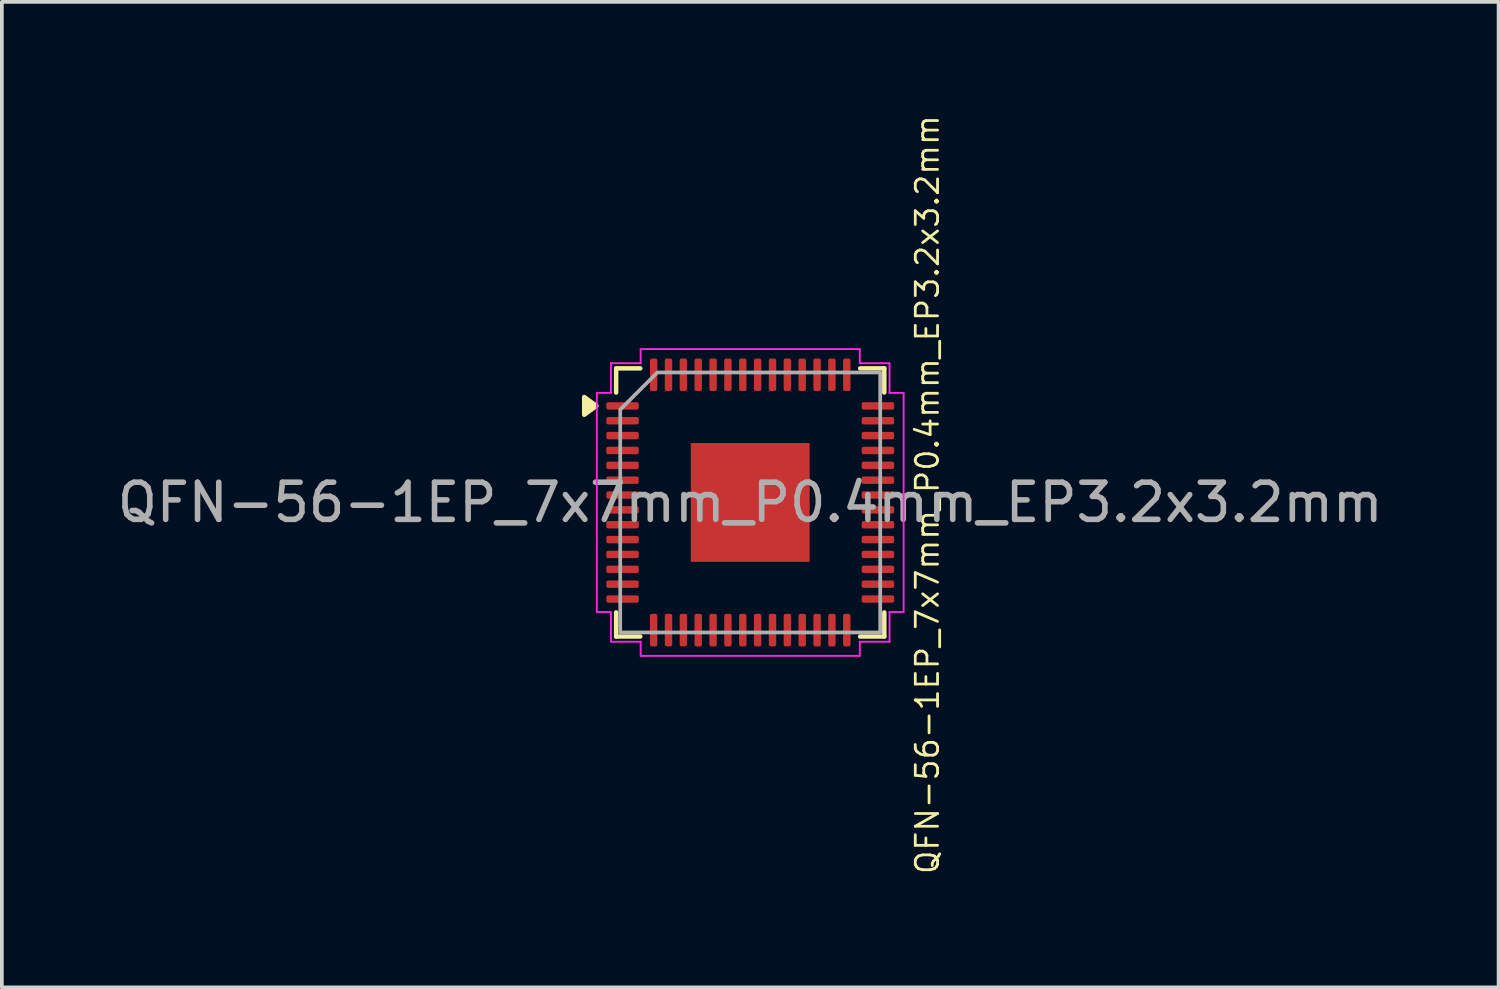
<source format=kicad_pcb>
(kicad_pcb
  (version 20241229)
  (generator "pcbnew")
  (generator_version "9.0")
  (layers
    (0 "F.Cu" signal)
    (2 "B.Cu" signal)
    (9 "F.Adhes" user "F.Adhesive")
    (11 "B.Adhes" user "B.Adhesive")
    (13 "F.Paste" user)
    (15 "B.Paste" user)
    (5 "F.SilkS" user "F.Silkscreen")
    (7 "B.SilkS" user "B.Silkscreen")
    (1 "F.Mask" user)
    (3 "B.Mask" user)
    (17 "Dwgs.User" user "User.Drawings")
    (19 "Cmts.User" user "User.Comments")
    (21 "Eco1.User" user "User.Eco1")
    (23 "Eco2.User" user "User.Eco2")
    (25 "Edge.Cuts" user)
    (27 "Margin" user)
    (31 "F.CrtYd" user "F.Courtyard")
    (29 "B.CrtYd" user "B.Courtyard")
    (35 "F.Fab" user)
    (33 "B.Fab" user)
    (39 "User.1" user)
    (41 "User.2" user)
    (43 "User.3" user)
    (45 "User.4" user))
  (footprint "QFN-56-1EP_7x7mm_P0.4mm_EP3.2x3.2mm"
    (layer "F.Cu")
    (at 17.149 10.478)
    (property "Reference" "QFN-56-1EP_7x7mm_P0.4mm_EP3.2x3.2mm" (at 4.77 -0.211 90) (layer "F.SilkS") (effects (font (size 0.6 0.6) (thickness 0.075))))
    (attr smd)
    (fp_line (start -3.61 -3.61) (end -2.96 -3.61) (stroke (width 0.12) (type solid)) (layer "F.SilkS"))
    (fp_line (start -3.61 -2.96) (end -3.61 -3.61) (stroke (width 0.12) (type solid)) (layer "F.SilkS"))
    (fp_line (start -3.61 3.61) (end -3.61 2.96) (stroke (width 0.12) (type solid)) (layer "F.SilkS"))
    (fp_line (start -2.96 3.61) (end -3.61 3.61) (stroke (width 0.12) (type solid)) (layer "F.SilkS"))
    (fp_line (start 2.96 -3.61) (end 3.61 -3.61) (stroke (width 0.12) (type solid)) (layer "F.SilkS"))
    (fp_line (start 3.61 -3.61) (end 3.61 -2.96) (stroke (width 0.12) (type solid)) (layer "F.SilkS"))
    (fp_line (start 3.61 2.96) (end 3.61 3.61) (stroke (width 0.12) (type solid)) (layer "F.SilkS"))
    (fp_line (start 3.61 3.61) (end 2.96 3.61) (stroke (width 0.12) (type solid)) (layer "F.SilkS"))
    (fp_poly (pts (xy -4.14 -2.6) (xy -4.47 -2.36) (xy -4.47 -2.84)) (stroke (width 0.12) (type solid)) (fill yes) (layer "F.SilkS"))
    (fp_line (start -4.13 -2.95) (end -3.75 -2.95) (stroke (width 0.05) (type solid)) (layer "F.CrtYd"))
    (fp_line (start -4.13 2.95) (end -4.13 -2.95) (stroke (width 0.05) (type solid)) (layer "F.CrtYd"))
    (fp_line (start -3.75 -3.75) (end -2.95 -3.75) (stroke (width 0.05) (type solid)) (layer "F.CrtYd"))
    (fp_line (start -3.75 -2.95) (end -3.75 -3.75) (stroke (width 0.05) (type solid)) (layer "F.CrtYd"))
    (fp_line (start -3.75 2.95) (end -4.13 2.95) (stroke (width 0.05) (type solid)) (layer "F.CrtYd"))
    (fp_line (start -3.75 3.75) (end -3.75 2.95) (stroke (width 0.05) (type solid)) (layer "F.CrtYd"))
    (fp_line (start -2.95 -4.13) (end 2.95 -4.13) (stroke (width 0.05) (type solid)) (layer "F.CrtYd"))
    (fp_line (start -2.95 -3.75) (end -2.95 -4.13) (stroke (width 0.05) (type solid)) (layer "F.CrtYd"))
    (fp_line (start -2.95 3.75) (end -3.75 3.75) (stroke (width 0.05) (type solid)) (layer "F.CrtYd"))
    (fp_line (start -2.95 4.13) (end -2.95 3.75) (stroke (width 0.05) (type solid)) (layer "F.CrtYd"))
    (fp_line (start 2.95 -4.13) (end 2.95 -3.75) (stroke (width 0.05) (type solid)) (layer "F.CrtYd"))
    (fp_line (start 2.95 -3.75) (end 3.75 -3.75) (stroke (width 0.05) (type solid)) (layer "F.CrtYd"))
    (fp_line (start 2.95 3.75) (end 2.95 4.13) (stroke (width 0.05) (type solid)) (layer "F.CrtYd"))
    (fp_line (start 2.95 4.13) (end -2.95 4.13) (stroke (width 0.05) (type solid)) (layer "F.CrtYd"))
    (fp_line (start 3.75 -3.75) (end 3.75 -2.95) (stroke (width 0.05) (type solid)) (layer "F.CrtYd"))
    (fp_line (start 3.75 -2.95) (end 4.13 -2.95) (stroke (width 0.05) (type solid)) (layer "F.CrtYd"))
    (fp_line (start 3.75 2.95) (end 3.75 3.75) (stroke (width 0.05) (type solid)) (layer "F.CrtYd"))
    (fp_line (start 3.75 3.75) (end 2.95 3.75) (stroke (width 0.05) (type solid)) (layer "F.CrtYd"))
    (fp_line (start 4.13 -2.95) (end 4.13 2.95) (stroke (width 0.05) (type solid)) (layer "F.CrtYd"))
    (fp_line (start 4.13 2.95) (end 3.75 2.95) (stroke (width 0.05) (type solid)) (layer "F.CrtYd"))
    (fp_poly (pts (xy -3.5 -2.5) (xy -3.5 3.5) (xy 3.5 3.5) (xy 3.5 -3.5) (xy -2.5 -3.5)) (stroke (width 0.1) (type solid)) (fill no) (layer "F.Fab"))
    (fp_text user "${REFERENCE}" (at 0 0 0) (layer "F.Fab") (effects (font (size 1 1) (thickness 0.15))))
    (pad "" smd roundrect (at -0.8 -0.8) (size 1.29 1.29) (layers "F.Paste") (roundrect_rratio 0.194))
    (pad "" smd roundrect (at -0.8 0.8) (size 1.29 1.29) (layers "F.Paste") (roundrect_rratio 0.194))
    (pad "" smd roundrect (at 0.8 -0.8) (size 1.29 1.29) (layers "F.Paste") (roundrect_rratio 0.194))
    (pad "" smd roundrect (at 0.8 0.8) (size 1.29 1.29) (layers "F.Paste") (roundrect_rratio 0.194))
    (pad "1" smd roundrect (at -3.438 -2.6) (size 0.875 0.2) (layers "F.Cu" "F.Mask" "F.Paste") (roundrect_rratio 0.25))
    (pad "2" smd roundrect (at -3.438 -2.2) (size 0.875 0.2) (layers "F.Cu" "F.Mask" "F.Paste") (roundrect_rratio 0.25))
    (pad "3" smd roundrect (at -3.438 -1.8) (size 0.875 0.2) (layers "F.Cu" "F.Mask" "F.Paste") (roundrect_rratio 0.25))
    (pad "4" smd roundrect (at -3.438 -1.4) (size 0.875 0.2) (layers "F.Cu" "F.Mask" "F.Paste") (roundrect_rratio 0.25))
    (pad "5" smd roundrect (at -3.438 -1) (size 0.875 0.2) (layers "F.Cu" "F.Mask" "F.Paste") (roundrect_rratio 0.25))
    (pad "6" smd roundrect (at -3.438 -0.6) (size 0.875 0.2) (layers "F.Cu" "F.Mask" "F.Paste") (roundrect_rratio 0.25))
    (pad "7" smd roundrect (at -3.438 -0.2) (size 0.875 0.2) (layers "F.Cu" "F.Mask" "F.Paste") (roundrect_rratio 0.25))
    (pad "8" smd roundrect (at -3.438 0.2) (size 0.875 0.2) (layers "F.Cu" "F.Mask" "F.Paste") (roundrect_rratio 0.25))
    (pad "9" smd roundrect (at -3.438 0.6) (size 0.875 0.2) (layers "F.Cu" "F.Mask" "F.Paste") (roundrect_rratio 0.25))
    (pad "10" smd roundrect (at -3.438 1) (size 0.875 0.2) (layers "F.Cu" "F.Mask" "F.Paste") (roundrect_rratio 0.25))
    (pad "11" smd roundrect (at -3.438 1.4) (size 0.875 0.2) (layers "F.Cu" "F.Mask" "F.Paste") (roundrect_rratio 0.25))
    (pad "12" smd roundrect (at -3.438 1.8) (size 0.875 0.2) (layers "F.Cu" "F.Mask" "F.Paste") (roundrect_rratio 0.25))
    (pad "13" smd roundrect (at -3.438 2.2) (size 0.875 0.2) (layers "F.Cu" "F.Mask" "F.Paste") (roundrect_rratio 0.25))
    (pad "14" smd roundrect (at -3.438 2.6) (size 0.875 0.2) (layers "F.Cu" "F.Mask" "F.Paste") (roundrect_rratio 0.25))
    (pad "15" smd roundrect (at -2.6 3.438) (size 0.2 0.875) (layers "F.Cu" "F.Mask" "F.Paste") (roundrect_rratio 0.25))
    (pad "16" smd roundrect (at -2.2 3.438) (size 0.2 0.875) (layers "F.Cu" "F.Mask" "F.Paste") (roundrect_rratio 0.25))
    (pad "17" smd roundrect (at -1.8 3.438) (size 0.2 0.875) (layers "F.Cu" "F.Mask" "F.Paste") (roundrect_rratio 0.25))
    (pad "18" smd roundrect (at -1.4 3.438) (size 0.2 0.875) (layers "F.Cu" "F.Mask" "F.Paste") (roundrect_rratio 0.25))
    (pad "19" smd roundrect (at -1 3.438) (size 0.2 0.875) (layers "F.Cu" "F.Mask" "F.Paste") (roundrect_rratio 0.25))
    (pad "20" smd roundrect (at -0.6 3.438) (size 0.2 0.875) (layers "F.Cu" "F.Mask" "F.Paste") (roundrect_rratio 0.25))
    (pad "21" smd roundrect (at -0.2 3.438) (size 0.2 0.875) (layers "F.Cu" "F.Mask" "F.Paste") (roundrect_rratio 0.25))
    (pad "22" smd roundrect (at 0.2 3.438) (size 0.2 0.875) (layers "F.Cu" "F.Mask" "F.Paste") (roundrect_rratio 0.25))
    (pad "23" smd roundrect (at 0.6 3.438) (size 0.2 0.875) (layers "F.Cu" "F.Mask" "F.Paste") (roundrect_rratio 0.25))
    (pad "24" smd roundrect (at 1 3.438) (size 0.2 0.875) (layers "F.Cu" "F.Mask" "F.Paste") (roundrect_rratio 0.25))
    (pad "25" smd roundrect (at 1.4 3.438) (size 0.2 0.875) (layers "F.Cu" "F.Mask" "F.Paste") (roundrect_rratio 0.25))
    (pad "26" smd roundrect (at 1.8 3.438) (size 0.2 0.875) (layers "F.Cu" "F.Mask" "F.Paste") (roundrect_rratio 0.25))
    (pad "27" smd roundrect (at 2.2 3.438) (size 0.2 0.875) (layers "F.Cu" "F.Mask" "F.Paste") (roundrect_rratio 0.25))
    (pad "28" smd roundrect (at 2.6 3.438) (size 0.2 0.875) (layers "F.Cu" "F.Mask" "F.Paste") (roundrect_rratio 0.25))
    (pad "29" smd roundrect (at 3.438 2.6) (size 0.875 0.2) (layers "F.Cu" "F.Mask" "F.Paste") (roundrect_rratio 0.25))
    (pad "30" smd roundrect (at 3.438 2.2) (size 0.875 0.2) (layers "F.Cu" "F.Mask" "F.Paste") (roundrect_rratio 0.25))
    (pad "31" smd roundrect (at 3.438 1.8) (size 0.875 0.2) (layers "F.Cu" "F.Mask" "F.Paste") (roundrect_rratio 0.25))
    (pad "32" smd roundrect (at 3.438 1.4) (size 0.875 0.2) (layers "F.Cu" "F.Mask" "F.Paste") (roundrect_rratio 0.25))
    (pad "33" smd roundrect (at 3.438 1) (size 0.875 0.2) (layers "F.Cu" "F.Mask" "F.Paste") (roundrect_rratio 0.25))
    (pad "34" smd roundrect (at 3.438 0.6) (size 0.875 0.2) (layers "F.Cu" "F.Mask" "F.Paste") (roundrect_rratio 0.25))
    (pad "35" smd roundrect (at 3.438 0.2) (size 0.875 0.2) (layers "F.Cu" "F.Mask" "F.Paste") (roundrect_rratio 0.25))
    (pad "36" smd roundrect (at 3.438 -0.2) (size 0.875 0.2) (layers "F.Cu" "F.Mask" "F.Paste") (roundrect_rratio 0.25))
    (pad "37" smd roundrect (at 3.438 -0.6) (size 0.875 0.2) (layers "F.Cu" "F.Mask" "F.Paste") (roundrect_rratio 0.25))
    (pad "38" smd roundrect (at 3.438 -1) (size 0.875 0.2) (layers "F.Cu" "F.Mask" "F.Paste") (roundrect_rratio 0.25))
    (pad "39" smd roundrect (at 3.438 -1.4) (size 0.875 0.2) (layers "F.Cu" "F.Mask" "F.Paste") (roundrect_rratio 0.25))
    (pad "40" smd roundrect (at 3.438 -1.8) (size 0.875 0.2) (layers "F.Cu" "F.Mask" "F.Paste") (roundrect_rratio 0.25))
    (pad "41" smd roundrect (at 3.438 -2.2) (size 0.875 0.2) (layers "F.Cu" "F.Mask" "F.Paste") (roundrect_rratio 0.25))
    (pad "42" smd roundrect (at 3.438 -2.6) (size 0.875 0.2) (layers "F.Cu" "F.Mask" "F.Paste") (roundrect_rratio 0.25))
    (pad "43" smd roundrect (at 2.6 -3.438) (size 0.2 0.875) (layers "F.Cu" "F.Mask" "F.Paste") (roundrect_rratio 0.25))
    (pad "44" smd roundrect (at 2.2 -3.438) (size 0.2 0.875) (layers "F.Cu" "F.Mask" "F.Paste") (roundrect_rratio 0.25))
    (pad "45" smd roundrect (at 1.8 -3.438) (size 0.2 0.875) (layers "F.Cu" "F.Mask" "F.Paste") (roundrect_rratio 0.25))
    (pad "46" smd roundrect (at 1.4 -3.438) (size 0.2 0.875) (layers "F.Cu" "F.Mask" "F.Paste") (roundrect_rratio 0.25))
    (pad "47" smd roundrect (at 1 -3.438) (size 0.2 0.875) (layers "F.Cu" "F.Mask" "F.Paste") (roundrect_rratio 0.25))
    (pad "48" smd roundrect (at 0.6 -3.438) (size 0.2 0.875) (layers "F.Cu" "F.Mask" "F.Paste") (roundrect_rratio 0.25))
    (pad "49" smd roundrect (at 0.2 -3.438) (size 0.2 0.875) (layers "F.Cu" "F.Mask" "F.Paste") (roundrect_rratio 0.25))
    (pad "50" smd roundrect (at -0.2 -3.438) (size 0.2 0.875) (layers "F.Cu" "F.Mask" "F.Paste") (roundrect_rratio 0.25))
    (pad "51" smd roundrect (at -0.6 -3.438) (size 0.2 0.875) (layers "F.Cu" "F.Mask" "F.Paste") (roundrect_rratio 0.25))
    (pad "52" smd roundrect (at -1 -3.438) (size 0.2 0.875) (layers "F.Cu" "F.Mask" "F.Paste") (roundrect_rratio 0.25))
    (pad "53" smd roundrect (at -1.4 -3.438) (size 0.2 0.875) (layers "F.Cu" "F.Mask" "F.Paste") (roundrect_rratio 0.25))
    (pad "54" smd roundrect (at -1.8 -3.438) (size 0.2 0.875) (layers "F.Cu" "F.Mask" "F.Paste") (roundrect_rratio 0.25))
    (pad "55" smd roundrect (at -2.2 -3.438) (size 0.2 0.875) (layers "F.Cu" "F.Mask" "F.Paste") (roundrect_rratio 0.25))
    (pad "56" smd roundrect (at -2.6 -3.438) (size 0.2 0.875) (layers "F.Cu" "F.Mask" "F.Paste") (roundrect_rratio 0.25))
    (pad "57" smd rect (at 0 0) (size 3.2 3.2) (property pad_prop_heatsink) (layers "F.Cu" "F.Mask")))
  (gr_rect
    (start -3 -3)
    (end 37.298 23.534)
    (stroke (width 0.1) (type default))
    (fill no)
    (layer "Edge.Cuts")))
</source>
